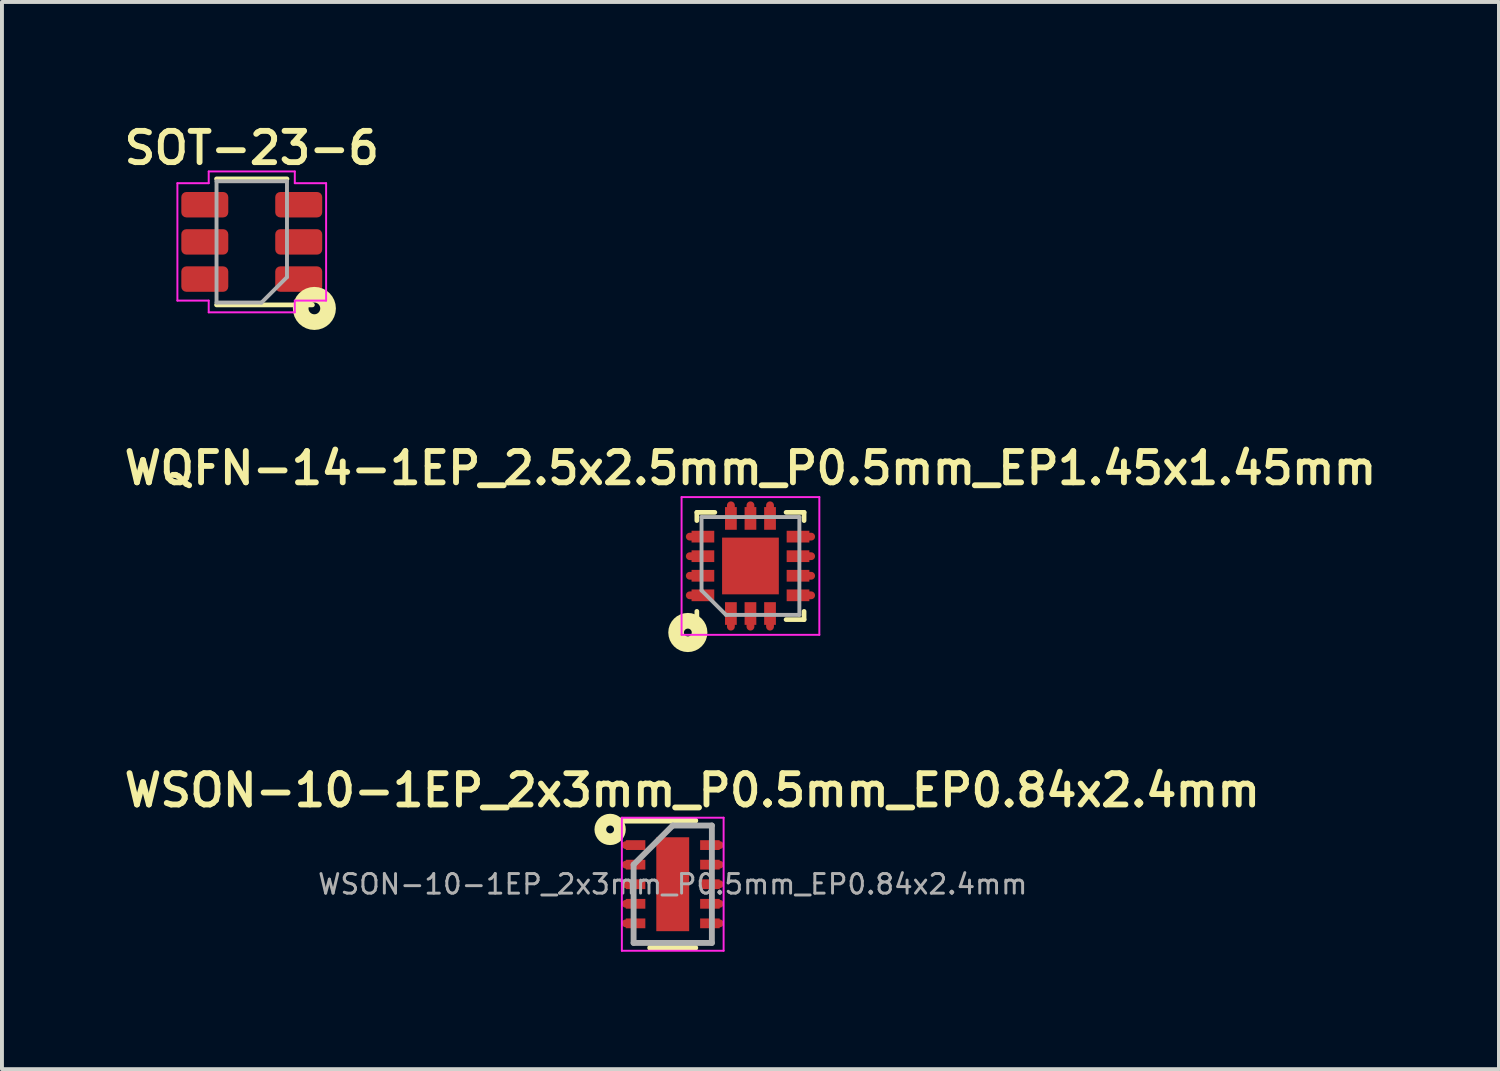
<source format=kicad_pcb>
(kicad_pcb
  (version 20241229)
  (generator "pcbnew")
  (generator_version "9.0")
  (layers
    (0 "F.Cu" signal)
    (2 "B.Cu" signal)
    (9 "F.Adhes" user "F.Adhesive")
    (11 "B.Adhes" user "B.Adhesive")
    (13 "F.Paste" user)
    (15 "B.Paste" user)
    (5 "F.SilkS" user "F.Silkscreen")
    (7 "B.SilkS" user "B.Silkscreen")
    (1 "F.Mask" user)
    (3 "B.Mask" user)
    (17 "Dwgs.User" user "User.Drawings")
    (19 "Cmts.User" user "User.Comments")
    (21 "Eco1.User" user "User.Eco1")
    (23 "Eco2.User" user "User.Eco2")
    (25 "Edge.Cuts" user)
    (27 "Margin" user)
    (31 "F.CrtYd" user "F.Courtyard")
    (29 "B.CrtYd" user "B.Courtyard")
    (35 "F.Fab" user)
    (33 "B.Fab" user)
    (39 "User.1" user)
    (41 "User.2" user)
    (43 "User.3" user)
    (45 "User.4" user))
  (footprint "SOT-23-6"
    (layer "F.Cu")
    (at 3.383 3.131)
    (property "Reference" "SOT-23-6" (at 0 -2.4 0) (layer "F.SilkS") (effects (font (size 0.8 0.8) (thickness 0.15))))
    (attr smd)
    (fp_line (start -0.9 1.61) (end 1.55 1.61) (stroke (width 0.12) (type solid)) (layer "F.SilkS"))
    (fp_line (start 0.9 -1.61) (end -0.9 -1.61) (stroke (width 0.12) (type solid)) (layer "F.SilkS"))
    (fp_circle (center 1.6 1.7) (end 1.75 1.7) (stroke (width 0.4) (type solid)) (fill no) (layer "F.SilkS"))
    (fp_line (start -1.9 -1.5) (end -1.9 1.5) (stroke (width 0.05) (type solid)) (layer "F.CrtYd"))
    (fp_line (start -1.9 1.5) (end -1.1 1.5) (stroke (width 0.05) (type solid)) (layer "F.CrtYd"))
    (fp_line (start -1.1 -1.8) (end -1.1 -1.5) (stroke (width 0.05) (type solid)) (layer "F.CrtYd"))
    (fp_line (start -1.1 -1.5) (end -1.9 -1.5) (stroke (width 0.05) (type solid)) (layer "F.CrtYd"))
    (fp_line (start -1.1 1.8) (end -1.1 1.5) (stroke (width 0.05) (type solid)) (layer "F.CrtYd"))
    (fp_line (start -1.1 1.8) (end 1.1 1.8) (stroke (width 0.05) (type solid)) (layer "F.CrtYd"))
    (fp_line (start 1.1 -1.8) (end -1.1 -1.8) (stroke (width 0.05) (type solid)) (layer "F.CrtYd"))
    (fp_line (start 1.1 -1.8) (end 1.1 -1.5) (stroke (width 0.05) (type solid)) (layer "F.CrtYd"))
    (fp_line (start 1.1 1.5) (end 1.9 1.5) (stroke (width 0.05) (type solid)) (layer "F.CrtYd"))
    (fp_line (start 1.1 1.8) (end 1.1 1.5) (stroke (width 0.05) (type solid)) (layer "F.CrtYd"))
    (fp_line (start 1.9 -1.5) (end 1.1 -1.5) (stroke (width 0.05) (type solid)) (layer "F.CrtYd"))
    (fp_line (start 1.9 1.5) (end 1.9 -1.5) (stroke (width 0.05) (type solid)) (layer "F.CrtYd"))
    (fp_line (start -0.9 -1.55) (end 0.9 -1.55) (stroke (width 0.1) (type solid)) (layer "F.Fab"))
    (fp_line (start -0.9 1.55) (end -0.9 -1.55) (stroke (width 0.1) (type solid)) (layer "F.Fab"))
    (fp_line (start -0.9 1.55) (end 0.25 1.55) (stroke (width 0.1) (type solid)) (layer "F.Fab"))
    (fp_line (start 0.9 0.9) (end 0.25 1.55) (stroke (width 0.1) (type solid)) (layer "F.Fab"))
    (fp_line (start 0.9 0.9) (end 0.9 -1.55) (stroke (width 0.1) (type solid)) (layer "F.Fab"))
    (pad "1" smd roundrect (at 1.2 0.95 180) (size 1.2 0.65) (layers "F.Cu" "F.Mask" "F.Paste") (roundrect_rratio 0.2))
    (pad "2" smd roundrect (at 1.2 0 180) (size 1.2 0.65) (layers "F.Cu" "F.Mask" "F.Paste") (roundrect_rratio 0.2))
    (pad "3" smd roundrect (at 1.2 -0.95 180) (size 1.2 0.65) (layers "F.Cu" "F.Mask" "F.Paste") (roundrect_rratio 0.2))
    (pad "4" smd roundrect (at -1.2 -0.95 180) (size 1.2 0.65) (layers "F.Cu" "F.Mask" "F.Paste") (roundrect_rratio 0.2))
    (pad "5" smd roundrect (at -1.2 0 180) (size 1.2 0.65) (layers "F.Cu" "F.Mask" "F.Paste") (roundrect_rratio 0.2))
    (pad "6" smd roundrect (at -1.2 0.95 180) (size 1.2 0.65) (layers "F.Cu" "F.Mask" "F.Paste") (roundrect_rratio 0.2)))
  (footprint "WQFN-14-1EP_2.5x2.5mm_P0.5mm_EP1.45x1.45mm"
    (layer "F.Cu")
    (at 16.126 11.412)
    (property "Reference" "WQFN-14-1EP_2.5x2.5mm_P0.5mm_EP1.45x1.45mm" (at 0 -2.5 0) (layer "F.SilkS") (effects (font (size 0.8 0.8) (thickness 0.15))))
    (attr smd)
    (fp_line (start -1.37 -1.37) (end -0.91 -1.37) (stroke (width 0.12) (type solid)) (layer "F.SilkS"))
    (fp_line (start -1.37 -1.16) (end -1.37 -1.37) (stroke (width 0.12) (type solid)) (layer "F.SilkS"))
    (fp_line (start -1.37 1.16) (end -1.37 1.37) (stroke (width 0.12) (type solid)) (layer "F.SilkS"))
    (fp_line (start 1.37 -1.37) (end 0.91 -1.37) (stroke (width 0.12) (type solid)) (layer "F.SilkS"))
    (fp_line (start 1.37 -1.16) (end 1.37 -1.37) (stroke (width 0.12) (type solid)) (layer "F.SilkS"))
    (fp_line (start 1.37 1.16) (end 1.37 1.37) (stroke (width 0.12) (type solid)) (layer "F.SilkS"))
    (fp_line (start 1.37 1.37) (end 0.91 1.37) (stroke (width 0.12) (type solid)) (layer "F.SilkS"))
    (fp_circle (center -1.6 1.7) (end -1.6 1.6) (stroke (width 0.4) (type solid)) (fill no) (layer "F.SilkS"))
    (fp_line (start -1.76 -1.76) (end 1.76 -1.76) (stroke (width 0.05) (type solid)) (layer "F.CrtYd"))
    (fp_line (start -1.76 1.76) (end -1.76 -1.76) (stroke (width 0.05) (type solid)) (layer "F.CrtYd"))
    (fp_line (start 1.76 -1.76) (end 1.76 1.76) (stroke (width 0.05) (type solid)) (layer "F.CrtYd"))
    (fp_line (start 1.76 1.76) (end -1.76 1.76) (stroke (width 0.05) (type solid)) (layer "F.CrtYd"))
    (fp_line (start -1.25 -1.25) (end -1.25 0.625) (stroke (width 0.1) (type solid)) (layer "F.Fab"))
    (fp_line (start -1.25 0.625) (end -0.625 1.25) (stroke (width 0.1) (type solid)) (layer "F.Fab"))
    (fp_line (start -0.625 1.25) (end 1.25 1.25) (stroke (width 0.1) (type solid)) (layer "F.Fab"))
    (fp_line (start 1.25 -1.25) (end -1.25 -1.25) (stroke (width 0.1) (type solid)) (layer "F.Fab"))
    (fp_line (start 1.25 1.25) (end 1.25 -1.25) (stroke (width 0.1) (type solid)) (layer "F.Fab"))
    (pad "" smd rect (at -0.362 -0.362 90) (size 0.55 0.55) (layers "F.Paste"))
    (pad "" smd rect (at -0.362 0.362 90) (size 0.55 0.55) (layers "F.Paste"))
    (pad "" smd rect (at 0.362 -0.362 90) (size 0.55 0.55) (layers "F.Paste"))
    (pad "" smd rect (at 0.362 0.362 90) (size 0.55 0.55) (layers "F.Paste"))
    (pad "1" smd rect (at -0.5 1.215 90) (size 0.58 0.3) (layers "F.Cu" "F.Mask" "F.Paste"))
    (pad "1" smd oval (at -0.5 1.45 180) (size 0.2 0.4) (layers "F.Cu" "F.Mask" "F.Paste"))
    (pad "2" smd rect (at 0 1.215 90) (size 0.58 0.3) (layers "F.Cu" "F.Mask" "F.Paste"))
    (pad "2" smd oval (at 0 1.45 180) (size 0.2 0.4) (layers "F.Cu" "F.Mask" "F.Paste"))
    (pad "3" smd rect (at 0.5 1.215 90) (size 0.58 0.3) (layers "F.Cu" "F.Mask" "F.Paste"))
    (pad "3" smd oval (at 0.5 1.45 180) (size 0.2 0.4) (layers "F.Cu" "F.Mask" "F.Paste"))
    (pad "4" smd rect (at 1.215 0.75 90) (size 0.3 0.58) (layers "F.Cu" "F.Mask" "F.Paste"))
    (pad "4" smd oval (at 1.45 0.75 270) (size 0.2 0.4) (layers "F.Cu" "F.Mask" "F.Paste"))
    (pad "5" smd rect (at 1.215 0.25 90) (size 0.3 0.58) (layers "F.Cu" "F.Mask" "F.Paste"))
    (pad "5" smd oval (at 1.45 0.25 270) (size 0.2 0.4) (layers "F.Cu" "F.Mask" "F.Paste"))
    (pad "6" smd rect (at 1.215 -0.25 90) (size 0.3 0.58) (layers "F.Cu" "F.Mask" "F.Paste"))
    (pad "6" smd oval (at 1.45 -0.25 270) (size 0.2 0.4) (layers "F.Cu" "F.Mask" "F.Paste"))
    (pad "7" smd rect (at 1.215 -0.75 90) (size 0.3 0.58) (layers "F.Cu" "F.Mask" "F.Paste"))
    (pad "7" smd oval (at 1.45 -0.75 270) (size 0.2 0.4) (layers "F.Cu" "F.Mask" "F.Paste"))
    (pad "8" smd oval (at 0.5 -1.45 180) (size 0.2 0.4) (layers "F.Cu" "F.Mask" "F.Paste"))
    (pad "8" smd rect (at 0.5 -1.215 90) (size 0.58 0.3) (layers "F.Cu" "F.Mask" "F.Paste"))
    (pad "9" smd oval (at 0 -1.45 180) (size 0.2 0.4) (layers "F.Cu" "F.Mask" "F.Paste"))
    (pad "9" smd rect (at 0 -1.215 90) (size 0.58 0.3) (layers "F.Cu" "F.Mask" "F.Paste"))
    (pad "10" smd oval (at -0.5 -1.45 180) (size 0.2 0.4) (layers "F.Cu" "F.Mask" "F.Paste"))
    (pad "10" smd rect (at -0.5 -1.215 90) (size 0.58 0.3) (layers "F.Cu" "F.Mask" "F.Paste"))
    (pad "11" smd oval (at -1.45 -0.75 90) (size 0.2 0.4) (layers "F.Cu" "F.Mask" "F.Paste"))
    (pad "11" smd rect (at -1.215 -0.75 90) (size 0.3 0.58) (layers "F.Cu" "F.Mask" "F.Paste"))
    (pad "12" smd oval (at -1.45 -0.25 90) (size 0.2 0.4) (layers "F.Cu" "F.Mask" "F.Paste"))
    (pad "12" smd rect (at -1.215 -0.25 90) (size 0.3 0.58) (layers "F.Cu" "F.Mask" "F.Paste"))
    (pad "13" smd oval (at -1.45 0.25 90) (size 0.2 0.4) (layers "F.Cu" "F.Mask" "F.Paste"))
    (pad "13" smd rect (at -1.215 0.25 90) (size 0.3 0.58) (layers "F.Cu" "F.Mask" "F.Paste"))
    (pad "14" smd oval (at -1.45 0.75 90) (size 0.2 0.4) (layers "F.Cu" "F.Mask" "F.Paste"))
    (pad "14" smd rect (at -1.215 0.75 90) (size 0.3 0.58) (layers "F.Cu" "F.Mask" "F.Paste"))
    (pad "15" smd rect (at 0 0 90) (size 1.45 1.45) (layers "F.Cu" "F.Mask")))
  (footprint "WSON-10-1EP_2x3mm_P0.5mm_EP0.84x2.4mm"
    (layer "F.Cu")
    (at 14.14 19.544)
    (property "Reference" "WSON-10-1EP_2x3mm_P0.5mm_EP0.84x2.4mm" (at 0.5 -2.4 0) (layer "F.SilkS") (effects (font (size 0.8 0.8) (thickness 0.15))))
    (attr smd)
    (fp_line (start -1.35 -1.625) (end 0.575 -1.625) (stroke (width 0.15) (type solid)) (layer "F.SilkS"))
    (fp_line (start -0.575 1.625) (end 0.575 1.625) (stroke (width 0.15) (type solid)) (layer "F.SilkS"))
    (fp_circle (center -1.6 -1.4) (end -1.5 -1.4) (stroke (width 0.3) (type solid)) (fill no) (layer "F.SilkS"))
    (fp_line (start -1.3 -1.7) (end -1.3 1.7) (stroke (width 0.05) (type solid)) (layer "F.CrtYd"))
    (fp_line (start -1.3 -1.7) (end 1.3 -1.7) (stroke (width 0.05) (type solid)) (layer "F.CrtYd"))
    (fp_line (start -1.3 1.7) (end 1.3 1.7) (stroke (width 0.05) (type solid)) (layer "F.CrtYd"))
    (fp_line (start 1.3 -1.7) (end 1.3 1.7) (stroke (width 0.05) (type solid)) (layer "F.CrtYd"))
    (fp_line (start -1 -0.5) (end 0 -1.5) (stroke (width 0.15) (type solid)) (layer "F.Fab"))
    (fp_line (start -1 1.5) (end -1 -0.5) (stroke (width 0.15) (type solid)) (layer "F.Fab"))
    (fp_line (start 0 -1.5) (end 1 -1.5) (stroke (width 0.15) (type solid)) (layer "F.Fab"))
    (fp_line (start 1 -1.5) (end 1 1.5) (stroke (width 0.15) (type solid)) (layer "F.Fab"))
    (fp_line (start 1 1.5) (end -1 1.5) (stroke (width 0.15) (type solid)) (layer "F.Fab"))
    (fp_text user "${REFERENCE}" (at 0 0 0) (layer "F.Fab") (effects (font (size 0.5 0.5) (thickness 0.075))))
    (pad "" smd rect (at 0 -0.8) (size 0.65 0.61) (layers "F.Paste"))
    (pad "" smd rect (at 0 0) (size 0.65 0.61) (layers "F.Paste"))
    (pad "" smd rect (at 0 0.8) (size 0.65 0.61) (layers "F.Paste"))
    (pad "1" smd oval (at -1.1 -1 90) (size 0.2 0.4) (layers "F.Cu" "F.Mask" "F.Paste"))
    (pad "1" smd rect (at -0.95 -1) (size 0.5 0.25) (layers "F.Cu" "F.Mask" "F.Paste"))
    (pad "2" smd oval (at -1.1 -0.5 90) (size 0.2 0.4) (layers "F.Cu" "F.Mask" "F.Paste"))
    (pad "2" smd rect (at -0.95 -0.5) (size 0.5 0.25) (layers "F.Cu" "F.Mask" "F.Paste"))
    (pad "3" smd oval (at -1.1 0 90) (size 0.2 0.4) (layers "F.Cu" "F.Mask" "F.Paste"))
    (pad "3" smd rect (at -0.95 0) (size 0.5 0.25) (layers "F.Cu" "F.Mask" "F.Paste"))
    (pad "4" smd oval (at -1.1 0.5 90) (size 0.2 0.4) (layers "F.Cu" "F.Mask" "F.Paste"))
    (pad "4" smd rect (at -0.95 0.5) (size 0.5 0.25) (layers "F.Cu" "F.Mask" "F.Paste"))
    (pad "5" smd oval (at -1.1 1 90) (size 0.2 0.4) (layers "F.Cu" "F.Mask" "F.Paste"))
    (pad "5" smd rect (at -0.95 1) (size 0.5 0.25) (layers "F.Cu" "F.Mask" "F.Paste"))
    (pad "6" smd rect (at 0.95 1) (size 0.5 0.25) (layers "F.Cu" "F.Mask" "F.Paste"))
    (pad "6" smd oval (at 1.1 1 270) (size 0.2 0.4) (layers "F.Cu" "F.Mask" "F.Paste"))
    (pad "7" smd rect (at 0.95 0.5) (size 0.5 0.25) (layers "F.Cu" "F.Mask" "F.Paste"))
    (pad "7" smd oval (at 1.1 0.5 270) (size 0.2 0.4) (layers "F.Cu" "F.Mask" "F.Paste"))
    (pad "8" smd rect (at 0.95 0) (size 0.5 0.25) (layers "F.Cu" "F.Mask" "F.Paste"))
    (pad "8" smd oval (at 1.1 0 270) (size 0.2 0.4) (layers "F.Cu" "F.Mask" "F.Paste"))
    (pad "9" smd rect (at 0.95 -0.5) (size 0.5 0.25) (layers "F.Cu" "F.Mask" "F.Paste"))
    (pad "9" smd oval (at 1.1 -0.5 270) (size 0.2 0.4) (layers "F.Cu" "F.Mask" "F.Paste"))
    (pad "10" smd rect (at 0.95 -1) (size 0.5 0.25) (layers "F.Cu" "F.Mask" "F.Paste"))
    (pad "10" smd oval (at 1.1 -1 270) (size 0.2 0.4) (layers "F.Cu" "F.Mask" "F.Paste"))
    (pad "11" smd rect (at 0 0) (size 0.84 2.4) (layers "F.Cu" "F.Mask")))
  (gr_rect
    (start -3 -3)
    (end 35.252 24.269)
    (stroke (width 0.1) (type default))
    (fill no)
    (layer "Edge.Cuts")))
</source>
